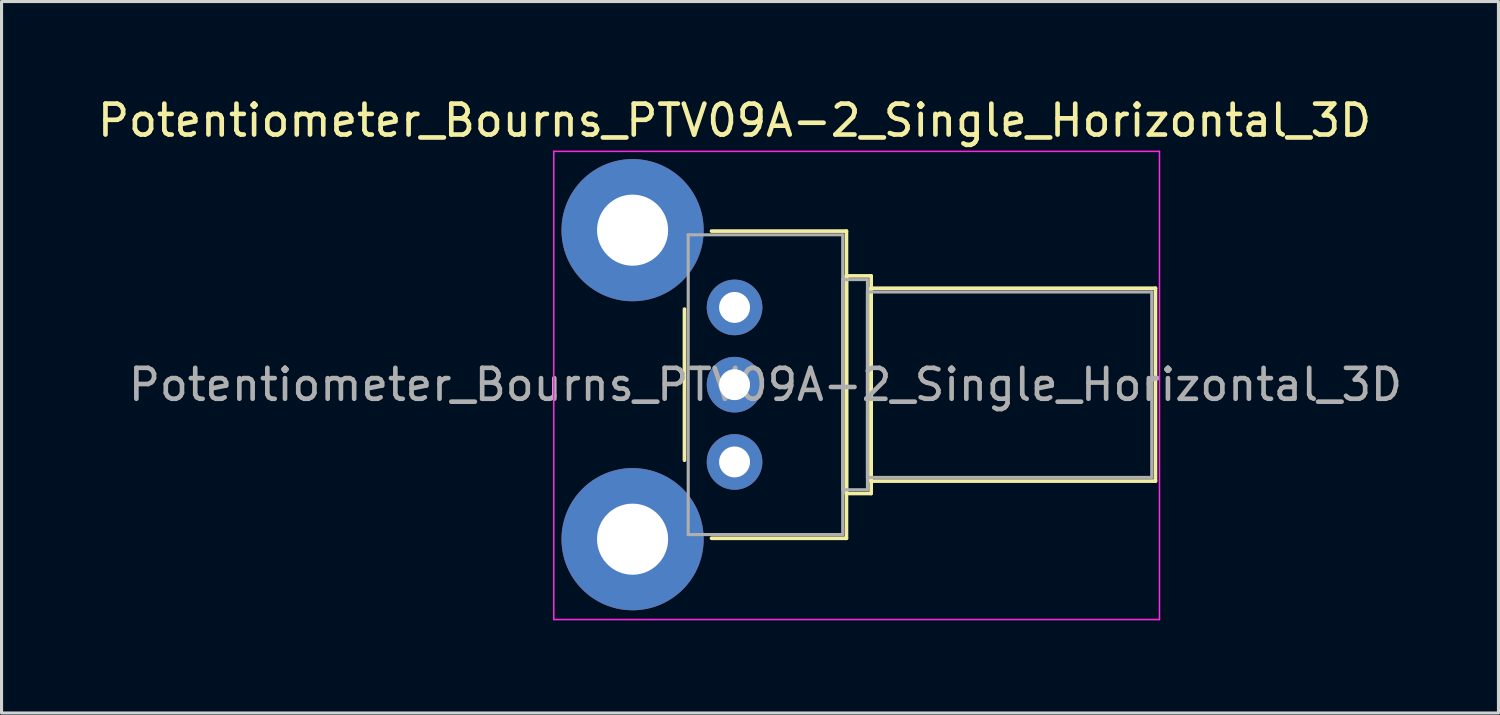
<source format=kicad_pcb>
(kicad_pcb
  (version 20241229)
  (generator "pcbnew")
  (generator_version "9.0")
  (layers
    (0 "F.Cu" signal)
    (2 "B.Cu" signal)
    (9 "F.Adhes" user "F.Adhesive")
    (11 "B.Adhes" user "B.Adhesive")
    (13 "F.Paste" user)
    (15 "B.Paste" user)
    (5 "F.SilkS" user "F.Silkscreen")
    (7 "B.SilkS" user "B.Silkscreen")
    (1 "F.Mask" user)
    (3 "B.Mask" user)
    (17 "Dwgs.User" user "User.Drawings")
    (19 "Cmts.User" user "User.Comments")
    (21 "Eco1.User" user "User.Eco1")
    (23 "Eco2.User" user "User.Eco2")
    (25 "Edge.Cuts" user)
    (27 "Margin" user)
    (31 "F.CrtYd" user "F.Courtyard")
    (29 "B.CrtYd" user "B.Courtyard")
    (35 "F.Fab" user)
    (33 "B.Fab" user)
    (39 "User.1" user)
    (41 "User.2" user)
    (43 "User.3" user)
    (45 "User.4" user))
  (footprint "Potentiometer_Bourns_PTV09A-2_Single_Horizontal_3D"
    (layer "F.Cu")
    (at 20.72 11.898)
    (property "Reference" "Potentiometer_Bourns_PTV09A-2_Single_Horizontal_3D" (at 0 -11.05 0) (layer "F.SilkS") (effects (font (size 1 1) (thickness 0.15))))
    (attr through_hole)
    (fp_line (start -1.62 -4.944) (end -1.62 -0.055) (stroke (width 0.12) (type solid)) (layer "F.SilkS"))
    (fp_line (start -0.745 -7.47) (end 3.62 -7.47) (stroke (width 0.12) (type solid)) (layer "F.SilkS"))
    (fp_line (start -0.745 2.47) (end 3.62 2.47) (stroke (width 0.12) (type solid)) (layer "F.SilkS"))
    (fp_line (start 3.62 -7.47) (end 3.62 2.47) (stroke (width 0.12) (type solid)) (layer "F.SilkS"))
    (fp_line (start 3.62 -6.02) (end 3.62 1.02) (stroke (width 0.12) (type solid)) (layer "F.SilkS"))
    (fp_line (start 3.62 -6.02) (end 4.42 -6.02) (stroke (width 0.12) (type solid)) (layer "F.SilkS"))
    (fp_line (start 3.62 1.02) (end 4.42 1.02) (stroke (width 0.12) (type solid)) (layer "F.SilkS"))
    (fp_line (start 4.42 -6.02) (end 4.42 1.02) (stroke (width 0.12) (type solid)) (layer "F.SilkS"))
    (fp_line (start 4.42 -5.62) (end 4.42 0.62) (stroke (width 0.12) (type solid)) (layer "F.SilkS"))
    (fp_line (start 4.42 -5.62) (end 13.62 -5.62) (stroke (width 0.12) (type solid)) (layer "F.SilkS"))
    (fp_line (start 4.42 0.62) (end 13.62 0.62) (stroke (width 0.12) (type solid)) (layer "F.SilkS"))
    (fp_line (start 13.62 -5.62) (end 13.62 0.62) (stroke (width 0.12) (type solid)) (layer "F.SilkS"))
    (fp_line (start -5.85 -10.05) (end -5.85 5.1) (stroke (width 0.05) (type solid)) (layer "F.CrtYd"))
    (fp_line (start -5.85 5.1) (end 13.75 5.1) (stroke (width 0.05) (type solid)) (layer "F.CrtYd"))
    (fp_line (start 13.75 -10.05) (end -5.85 -10.05) (stroke (width 0.05) (type solid)) (layer "F.CrtYd"))
    (fp_line (start 13.75 5.1) (end 13.75 -10.05) (stroke (width 0.05) (type solid)) (layer "F.CrtYd"))
    (fp_line (start -1.5 -7.35) (end -1.5 2.35) (stroke (width 0.1) (type solid)) (layer "F.Fab"))
    (fp_line (start -1.5 2.35) (end 3.5 2.35) (stroke (width 0.1) (type solid)) (layer "F.Fab"))
    (fp_line (start 3.5 -7.35) (end -1.5 -7.35) (stroke (width 0.1) (type solid)) (layer "F.Fab"))
    (fp_line (start 3.5 -5.9) (end 3.5 0.9) (stroke (width 0.1) (type solid)) (layer "F.Fab"))
    (fp_line (start 3.5 0.9) (end 4.3 0.9) (stroke (width 0.1) (type solid)) (layer "F.Fab"))
    (fp_line (start 3.5 2.35) (end 3.5 -7.35) (stroke (width 0.1) (type solid)) (layer "F.Fab"))
    (fp_line (start 4.3 -5.9) (end 3.5 -5.9) (stroke (width 0.1) (type solid)) (layer "F.Fab"))
    (fp_line (start 4.3 -5.5) (end 4.3 0.5) (stroke (width 0.1) (type solid)) (layer "F.Fab"))
    (fp_line (start 4.3 0.5) (end 13.5 0.5) (stroke (width 0.1) (type solid)) (layer "F.Fab"))
    (fp_line (start 4.3 0.9) (end 4.3 -5.9) (stroke (width 0.1) (type solid)) (layer "F.Fab"))
    (fp_line (start 13.5 -5.5) (end 4.3 -5.5) (stroke (width 0.1) (type solid)) (layer "F.Fab"))
    (fp_line (start 13.5 0.5) (end 13.5 -5.5) (stroke (width 0.1) (type solid)) (layer "F.Fab"))
    (fp_text user "${REFERENCE}" (at 1 -2.5 0) (layer "F.Fab") (effects (font (size 1 1) (thickness 0.15))))
    (pad "" thru_hole circle (at -3.3 -7.5) (size 4.6 4.6) (drill 2.3) (layers "*.Cu" "*.Mask"))
    (pad "" thru_hole circle (at -3.3 2.5) (size 4.6 4.6) (drill 2.3) (layers "*.Cu" "*.Mask"))
    (pad "1" thru_hole circle (at 0 0) (size 1.8 1.8) (drill 1) (layers "*.Cu" "*.Mask"))
    (pad "2" thru_hole circle (at 0 -2.5) (size 1.8 1.8) (drill 1) (layers "*.Cu" "*.Mask"))
    (pad "3" thru_hole circle (at 0 -5) (size 1.8 1.8) (drill 1) (layers "*.Cu" "*.Mask")))
  (gr_rect
    (start -3 -3)
    (end 45.44 20.023)
    (stroke (width 0.1) (type default))
    (fill no)
    (layer "Edge.Cuts")))
</source>
